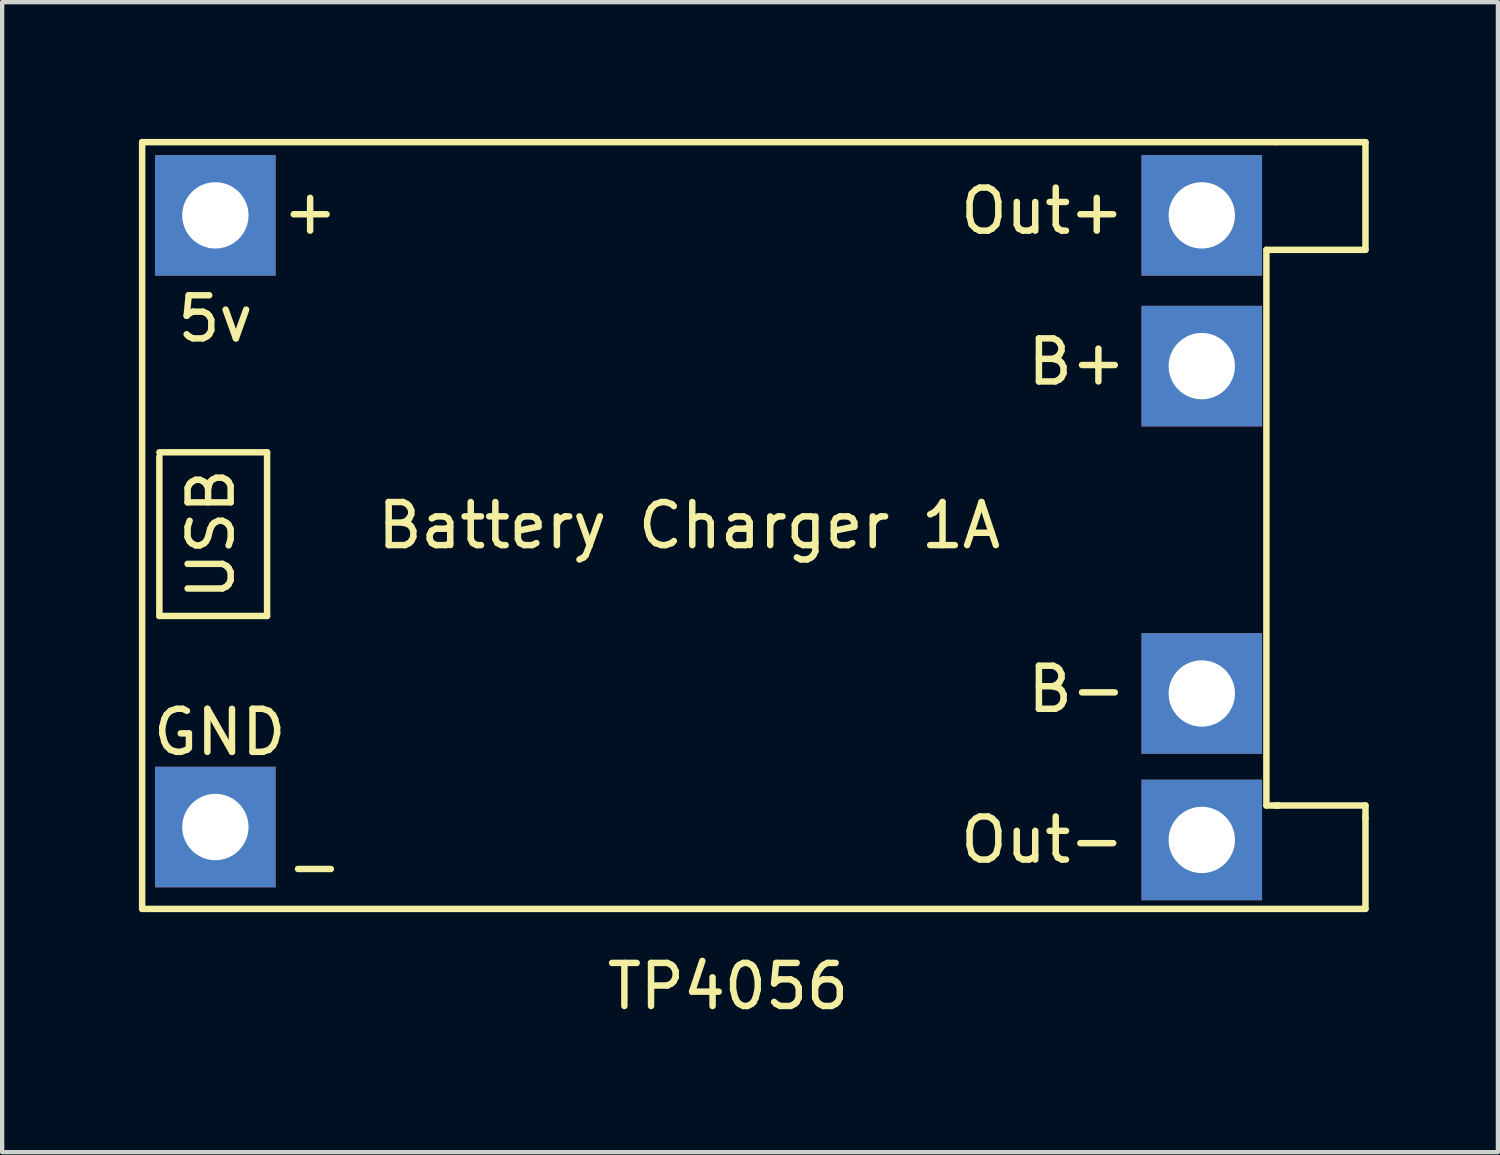
<source format=kicad_pcb>
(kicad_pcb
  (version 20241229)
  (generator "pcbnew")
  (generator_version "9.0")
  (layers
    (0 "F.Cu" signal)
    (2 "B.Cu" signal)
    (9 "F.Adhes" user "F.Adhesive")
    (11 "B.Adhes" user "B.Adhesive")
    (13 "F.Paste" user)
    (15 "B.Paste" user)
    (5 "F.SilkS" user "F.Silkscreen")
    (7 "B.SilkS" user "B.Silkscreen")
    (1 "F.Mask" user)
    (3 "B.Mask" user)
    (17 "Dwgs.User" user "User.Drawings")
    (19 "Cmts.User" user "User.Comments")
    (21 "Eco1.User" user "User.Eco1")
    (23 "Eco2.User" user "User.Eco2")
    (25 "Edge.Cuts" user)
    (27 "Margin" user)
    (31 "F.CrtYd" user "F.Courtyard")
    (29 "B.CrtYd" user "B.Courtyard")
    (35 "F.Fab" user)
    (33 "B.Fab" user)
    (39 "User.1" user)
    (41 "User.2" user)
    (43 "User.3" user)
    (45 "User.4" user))
  (footprint "TP4056"
    (layer "F.Cu")
    (at 0.25 0.25)
    (property "Reference" "TP4056" (at 13.6 19.6 0) (layer "F.SilkS") (effects (font (size 1 1) (thickness 0.15))))
    (attr through_hole)
    (fp_line (start 0 0) (end 26.3 0) (stroke (width 0.15) (type solid)) (layer "F.SilkS"))
    (fp_line (start 0 17.8) (end 0 0) (stroke (width 0.15) (type solid)) (layer "F.SilkS"))
    (fp_line (start 0.4 7.2) (end 2.9 7.2) (stroke (width 0.15) (type solid)) (layer "F.SilkS"))
    (fp_line (start 0.4 11) (end 0.4 7.3) (stroke (width 0.15) (type solid)) (layer "F.SilkS"))
    (fp_line (start 2.9 7.2) (end 2.9 11) (stroke (width 0.15) (type solid)) (layer "F.SilkS"))
    (fp_line (start 2.9 11) (end 0.4 11) (stroke (width 0.15) (type solid)) (layer "F.SilkS"))
    (fp_line (start 26.1 2.5) (end 26.1 15.4) (stroke (width 0.15) (type solid)) (layer "F.SilkS"))
    (fp_line (start 26.1 15.4) (end 26.4 15.4) (stroke (width 0.15) (type solid)) (layer "F.SilkS"))
    (fp_line (start 26.3 0) (end 28.4 0) (stroke (width 0.15) (type solid)) (layer "F.SilkS"))
    (fp_line (start 26.3 15.4) (end 28.4 15.4) (stroke (width 0.15) (type solid)) (layer "F.SilkS"))
    (fp_line (start 28.4 0) (end 28.4 2.5) (stroke (width 0.15) (type solid)) (layer "F.SilkS"))
    (fp_line (start 28.4 2.5) (end 26.1 2.5) (stroke (width 0.15) (type solid)) (layer "F.SilkS"))
    (fp_line (start 28.4 15.4) (end 28.4 15.7) (stroke (width 0.15) (type solid)) (layer "F.SilkS"))
    (fp_line (start 28.4 15.7) (end 28.4 17.8) (stroke (width 0.15) (type solid)) (layer "F.SilkS"))
    (fp_line (start 28.4 17.8) (end 0 17.8) (stroke (width 0.15) (type solid)) (layer "F.SilkS"))
    (fp_text user "Out-" (at 20.9 16.2 0) (layer "F.SilkS") (effects (font (size 1 1) (thickness 0.15))))
    (fp_text user "USB" (at 1.6 9.1 90) (layer "F.SilkS") (effects (font (size 1 1) (thickness 0.15))))
    (fp_text user "B-" (at 21.7 12.7 0) (layer "F.SilkS") (effects (font (size 1 1) (thickness 0.15))))
    (fp_text user "5v" (at 1.7 4.1 0) (layer "F.SilkS") (effects (font (size 1 1) (thickness 0.15))))
    (fp_text user "B+" (at 21.7 5.1 0) (layer "F.SilkS") (effects (font (size 1 1) (thickness 0.15))))
    (fp_text user "+" (at 3.9 1.6 0) (layer "F.SilkS") (effects (font (size 1 1) (thickness 0.15))))
    (fp_text user "Out+" (at 20.9 1.6 0) (layer "F.SilkS") (effects (font (size 1 1) (thickness 0.15))))
    (fp_text user "-" (at 4 16.8 0) (layer "F.SilkS") (effects (font (size 1 1) (thickness 0.15))))
    (fp_text user "Battery Charger 1A" (at 12.7 8.9 0) (layer "F.SilkS") (effects (font (size 1 1) (thickness 0.15))))
    (fp_text user "GND" (at 1.8 13.7 0) (layer "F.SilkS") (effects (font (size 1 1) (thickness 0.15))))
    (pad "1" thru_hole rect (at 1.7 1.7) (size 2.8 2.8) (drill 1.54) (layers "*.Cu" "*.Mask"))
    (pad "2" thru_hole rect (at 1.7 15.9) (size 2.8 2.8) (drill 1.54) (layers "*.Cu" "*.Mask"))
    (pad "3" thru_hole rect (at 24.6 1.7) (size 2.8 2.8) (drill 1.54) (layers "*.Cu" "*.Mask"))
    (pad "4" thru_hole rect (at 24.6 16.2) (size 2.8 2.8) (drill 1.54) (layers "*.Cu" "*.Mask"))
    (pad "5" thru_hole rect (at 24.6 5.2) (size 2.8 2.8) (drill 1.54) (layers "*.Cu" "*.Mask"))
    (pad "6" thru_hole rect (at 24.6 12.8) (size 2.8 2.8) (drill 1.54) (layers "*.Cu" "*.Mask")))
  (gr_rect
    (start -3 -3)
    (end 31.725 23.698)
    (stroke (width 0.1) (type default))
    (fill no)
    (layer "Edge.Cuts")))
</source>
